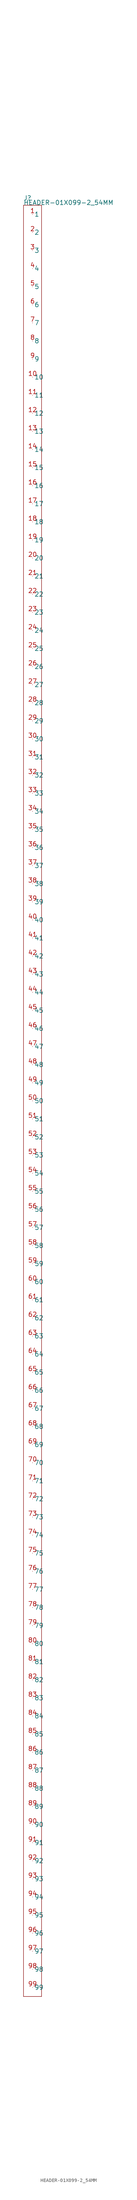
<source format=kicad_sym>
(kicad_symbol_lib
  (version 20211014)
  (generator kicad_symbol_editor)
  (symbol "HEADER-01X099-2_54MM"
    (pin_names)
    (property "Reference" "J"
      (at -2.54 252.73 0)
      (effects (font (size 1.27 1.27)) (justify left bottom)))
    (property "Value" "HEADER-01X099-2_54MM"
      (at -2.54 251.46 0)
      (effects (font (size 1.27 1.27)) (justify left bottom)))
    (property "Datasheet" ""
      (at 0 0 0))
    (property "ki_description" "Header 1x99  - Header Vertical 99POS 2.54MM Technical Specifications: Pitch: 0.1\" (2.54mm) "
      (at 0 0 0))
    (property "ki_fp_filters" "FlashPCB_Connectors:HEADER-THT-01X099-2_54MM FlashPCB_Connectors:HEADER-THT-LONG-01X099-2_54MM FlashPCB_Connectors:HEADER-THT-NOSILK-01X099-2_54MM FlashPCB_Connectors:HEADER-THT-LONG-NOSILK-01X099-2_54MM"
      (at 0 0 0))
    (symbol "HEADER-01X099-2_54MM_1_1"
      (polyline (pts (xy -2.54 251.46) (xy 2.54 251.46)) (stroke (width 0.127)) (fill (type none)))
      (polyline (pts (xy 2.54 251.46) (xy 2.54 -251.46)) (stroke (width 0.127)) (fill (type none)))
      (polyline (pts (xy 2.54 -251.46) (xy -2.54 -251.46)) (stroke (width 0.127)) (fill (type none)))
      (polyline (pts (xy -2.54 -251.46) (xy -2.54 251.46)) (stroke (width 0.127)) (fill (type none)))
      (pin bidirectional line (at 0 248.92 0) (length 0) (name "1" (effects (font (size 1.27 1.27)))) (number "1" (effects (font (size 1.27 1.27)))))
      (pin bidirectional line (at 0 243.84 0) (length 0) (name "2" (effects (font (size 1.27 1.27)))) (number "2" (effects (font (size 1.27 1.27)))))
      (pin bidirectional line (at 0 238.76 0) (length 0) (name "3" (effects (font (size 1.27 1.27)))) (number "3" (effects (font (size 1.27 1.27)))))
      (pin bidirectional line (at 0 233.68 0) (length 0) (name "4" (effects (font (size 1.27 1.27)))) (number "4" (effects (font (size 1.27 1.27)))))
      (pin bidirectional line (at 0 228.6 0) (length 0) (name "5" (effects (font (size 1.27 1.27)))) (number "5" (effects (font (size 1.27 1.27)))))
      (pin bidirectional line (at 0 223.52 0) (length 0) (name "6" (effects (font (size 1.27 1.27)))) (number "6" (effects (font (size 1.27 1.27)))))
      (pin bidirectional line (at 0 218.44 0) (length 0) (name "7" (effects (font (size 1.27 1.27)))) (number "7" (effects (font (size 1.27 1.27)))))
      (pin bidirectional line (at 0 213.36 0) (length 0) (name "8" (effects (font (size 1.27 1.27)))) (number "8" (effects (font (size 1.27 1.27)))))
      (pin bidirectional line (at 0 208.28 0) (length 0) (name "9" (effects (font (size 1.27 1.27)))) (number "9" (effects (font (size 1.27 1.27)))))
      (pin bidirectional line (at 0 203.2 0) (length 0) (name "10" (effects (font (size 1.27 1.27)))) (number "10" (effects (font (size 1.27 1.27)))))
      (pin bidirectional line (at 0 198.12 0) (length 0) (name "11" (effects (font (size 1.27 1.27)))) (number "11" (effects (font (size 1.27 1.27)))))
      (pin bidirectional line (at 0 193.04 0) (length 0) (name "12" (effects (font (size 1.27 1.27)))) (number "12" (effects (font (size 1.27 1.27)))))
      (pin bidirectional line (at 0 187.96 0) (length 0) (name "13" (effects (font (size 1.27 1.27)))) (number "13" (effects (font (size 1.27 1.27)))))
      (pin bidirectional line (at 0 182.88 0) (length 0) (name "14" (effects (font (size 1.27 1.27)))) (number "14" (effects (font (size 1.27 1.27)))))
      (pin bidirectional line (at 0 177.8 0) (length 0) (name "15" (effects (font (size 1.27 1.27)))) (number "15" (effects (font (size 1.27 1.27)))))
      (pin bidirectional line (at 0 172.72 0) (length 0) (name "16" (effects (font (size 1.27 1.27)))) (number "16" (effects (font (size 1.27 1.27)))))
      (pin bidirectional line (at 0 167.64 0) (length 0) (name "17" (effects (font (size 1.27 1.27)))) (number "17" (effects (font (size 1.27 1.27)))))
      (pin bidirectional line (at 0 162.56 0) (length 0) (name "18" (effects (font (size 1.27 1.27)))) (number "18" (effects (font (size 1.27 1.27)))))
      (pin bidirectional line (at 0 157.48 0) (length 0) (name "19" (effects (font (size 1.27 1.27)))) (number "19" (effects (font (size 1.27 1.27)))))
      (pin bidirectional line (at 0 152.4 0) (length 0) (name "20" (effects (font (size 1.27 1.27)))) (number "20" (effects (font (size 1.27 1.27)))))
      (pin bidirectional line (at 0 147.32 0) (length 0) (name "21" (effects (font (size 1.27 1.27)))) (number "21" (effects (font (size 1.27 1.27)))))
      (pin bidirectional line (at 0 142.24 0) (length 0) (name "22" (effects (font (size 1.27 1.27)))) (number "22" (effects (font (size 1.27 1.27)))))
      (pin bidirectional line (at 0 137.16 0) (length 0) (name "23" (effects (font (size 1.27 1.27)))) (number "23" (effects (font (size 1.27 1.27)))))
      (pin bidirectional line (at 0 132.08 0) (length 0) (name "24" (effects (font (size 1.27 1.27)))) (number "24" (effects (font (size 1.27 1.27)))))
      (pin bidirectional line (at 0 127 0) (length 0) (name "25" (effects (font (size 1.27 1.27)))) (number "25" (effects (font (size 1.27 1.27)))))
      (pin bidirectional line (at 0 121.92 0) (length 0) (name "26" (effects (font (size 1.27 1.27)))) (number "26" (effects (font (size 1.27 1.27)))))
      (pin bidirectional line (at 0 116.84 0) (length 0) (name "27" (effects (font (size 1.27 1.27)))) (number "27" (effects (font (size 1.27 1.27)))))
      (pin bidirectional line (at 0 111.76 0) (length 0) (name "28" (effects (font (size 1.27 1.27)))) (number "28" (effects (font (size 1.27 1.27)))))
      (pin bidirectional line (at 0 106.68 0) (length 0) (name "29" (effects (font (size 1.27 1.27)))) (number "29" (effects (font (size 1.27 1.27)))))
      (pin bidirectional line (at 0 101.6 0) (length 0) (name "30" (effects (font (size 1.27 1.27)))) (number "30" (effects (font (size 1.27 1.27)))))
      (pin bidirectional line (at 0 96.52 0) (length 0) (name "31" (effects (font (size 1.27 1.27)))) (number "31" (effects (font (size 1.27 1.27)))))
      (pin bidirectional line (at 0 91.44 0) (length 0) (name "32" (effects (font (size 1.27 1.27)))) (number "32" (effects (font (size 1.27 1.27)))))
      (pin bidirectional line (at 0 86.36 0) (length 0) (name "33" (effects (font (size 1.27 1.27)))) (number "33" (effects (font (size 1.27 1.27)))))
      (pin bidirectional line (at 0 81.28 0) (length 0) (name "34" (effects (font (size 1.27 1.27)))) (number "34" (effects (font (size 1.27 1.27)))))
      (pin bidirectional line (at 0 76.2 0) (length 0) (name "35" (effects (font (size 1.27 1.27)))) (number "35" (effects (font (size 1.27 1.27)))))
      (pin bidirectional line (at 0 71.12 0) (length 0) (name "36" (effects (font (size 1.27 1.27)))) (number "36" (effects (font (size 1.27 1.27)))))
      (pin bidirectional line (at 0 66.04 0) (length 0) (name "37" (effects (font (size 1.27 1.27)))) (number "37" (effects (font (size 1.27 1.27)))))
      (pin bidirectional line (at 0 60.96 0) (length 0) (name "38" (effects (font (size 1.27 1.27)))) (number "38" (effects (font (size 1.27 1.27)))))
      (pin bidirectional line (at 0 55.88 0) (length 0) (name "39" (effects (font (size 1.27 1.27)))) (number "39" (effects (font (size 1.27 1.27)))))
      (pin bidirectional line (at 0 50.8 0) (length 0) (name "40" (effects (font (size 1.27 1.27)))) (number "40" (effects (font (size 1.27 1.27)))))
      (pin bidirectional line (at 0 45.72 0) (length 0) (name "41" (effects (font (size 1.27 1.27)))) (number "41" (effects (font (size 1.27 1.27)))))
      (pin bidirectional line (at 0 40.64 0) (length 0) (name "42" (effects (font (size 1.27 1.27)))) (number "42" (effects (font (size 1.27 1.27)))))
      (pin bidirectional line (at 0 35.56 0) (length 0) (name "43" (effects (font (size 1.27 1.27)))) (number "43" (effects (font (size 1.27 1.27)))))
      (pin bidirectional line (at 0 30.48 0) (length 0) (name "44" (effects (font (size 1.27 1.27)))) (number "44" (effects (font (size 1.27 1.27)))))
      (pin bidirectional line (at 0 25.4 0) (length 0) (name "45" (effects (font (size 1.27 1.27)))) (number "45" (effects (font (size 1.27 1.27)))))
      (pin bidirectional line (at 0 20.32 0) (length 0) (name "46" (effects (font (size 1.27 1.27)))) (number "46" (effects (font (size 1.27 1.27)))))
      (pin bidirectional line (at 0 15.24 0) (length 0) (name "47" (effects (font (size 1.27 1.27)))) (number "47" (effects (font (size 1.27 1.27)))))
      (pin bidirectional line (at 0 10.16 0) (length 0) (name "48" (effects (font (size 1.27 1.27)))) (number "48" (effects (font (size 1.27 1.27)))))
      (pin bidirectional line (at 0 5.08 0) (length 0) (name "49" (effects (font (size 1.27 1.27)))) (number "49" (effects (font (size 1.27 1.27)))))
      (pin bidirectional line (at 0 0 0) (length 0) (name "50" (effects (font (size 1.27 1.27)))) (number "50" (effects (font (size 1.27 1.27)))))
      (pin bidirectional line (at 0 -5.08 0) (length 0) (name "51" (effects (font (size 1.27 1.27)))) (number "51" (effects (font (size 1.27 1.27)))))
      (pin bidirectional line (at 0 -10.16 0) (length 0) (name "52" (effects (font (size 1.27 1.27)))) (number "52" (effects (font (size 1.27 1.27)))))
      (pin bidirectional line (at 0 -15.24 0) (length 0) (name "53" (effects (font (size 1.27 1.27)))) (number "53" (effects (font (size 1.27 1.27)))))
      (pin bidirectional line (at 0 -20.32 0) (length 0) (name "54" (effects (font (size 1.27 1.27)))) (number "54" (effects (font (size 1.27 1.27)))))
      (pin bidirectional line (at 0 -25.4 0) (length 0) (name "55" (effects (font (size 1.27 1.27)))) (number "55" (effects (font (size 1.27 1.27)))))
      (pin bidirectional line (at 0 -30.48 0) (length 0) (name "56" (effects (font (size 1.27 1.27)))) (number "56" (effects (font (size 1.27 1.27)))))
      (pin bidirectional line (at 0 -35.56 0) (length 0) (name "57" (effects (font (size 1.27 1.27)))) (number "57" (effects (font (size 1.27 1.27)))))
      (pin bidirectional line (at 0 -40.64 0) (length 0) (name "58" (effects (font (size 1.27 1.27)))) (number "58" (effects (font (size 1.27 1.27)))))
      (pin bidirectional line (at 0 -45.72 0) (length 0) (name "59" (effects (font (size 1.27 1.27)))) (number "59" (effects (font (size 1.27 1.27)))))
      (pin bidirectional line (at 0 -50.8 0) (length 0) (name "60" (effects (font (size 1.27 1.27)))) (number "60" (effects (font (size 1.27 1.27)))))
      (pin bidirectional line (at 0 -55.88 0) (length 0) (name "61" (effects (font (size 1.27 1.27)))) (number "61" (effects (font (size 1.27 1.27)))))
      (pin bidirectional line (at 0 -60.96 0) (length 0) (name "62" (effects (font (size 1.27 1.27)))) (number "62" (effects (font (size 1.27 1.27)))))
      (pin bidirectional line (at 0 -66.04 0) (length 0) (name "63" (effects (font (size 1.27 1.27)))) (number "63" (effects (font (size 1.27 1.27)))))
      (pin bidirectional line (at 0 -71.12 0) (length 0) (name "64" (effects (font (size 1.27 1.27)))) (number "64" (effects (font (size 1.27 1.27)))))
      (pin bidirectional line (at 0 -76.2 0) (length 0) (name "65" (effects (font (size 1.27 1.27)))) (number "65" (effects (font (size 1.27 1.27)))))
      (pin bidirectional line (at 0 -81.28 0) (length 0) (name "66" (effects (font (size 1.27 1.27)))) (number "66" (effects (font (size 1.27 1.27)))))
      (pin bidirectional line (at 0 -86.36 0) (length 0) (name "67" (effects (font (size 1.27 1.27)))) (number "67" (effects (font (size 1.27 1.27)))))
      (pin bidirectional line (at 0 -91.44 0) (length 0) (name "68" (effects (font (size 1.27 1.27)))) (number "68" (effects (font (size 1.27 1.27)))))
      (pin bidirectional line (at 0 -96.52 0) (length 0) (name "69" (effects (font (size 1.27 1.27)))) (number "69" (effects (font (size 1.27 1.27)))))
      (pin bidirectional line (at 0 -101.6 0) (length 0) (name "70" (effects (font (size 1.27 1.27)))) (number "70" (effects (font (size 1.27 1.27)))))
      (pin bidirectional line (at 0 -106.68 0) (length 0) (name "71" (effects (font (size 1.27 1.27)))) (number "71" (effects (font (size 1.27 1.27)))))
      (pin bidirectional line (at 0 -111.76 0) (length 0) (name "72" (effects (font (size 1.27 1.27)))) (number "72" (effects (font (size 1.27 1.27)))))
      (pin bidirectional line (at 0 -116.84 0) (length 0) (name "73" (effects (font (size 1.27 1.27)))) (number "73" (effects (font (size 1.27 1.27)))))
      (pin bidirectional line (at 0 -121.92 0) (length 0) (name "74" (effects (font (size 1.27 1.27)))) (number "74" (effects (font (size 1.27 1.27)))))
      (pin bidirectional line (at 0 -127 0) (length 0) (name "75" (effects (font (size 1.27 1.27)))) (number "75" (effects (font (size 1.27 1.27)))))
      (pin bidirectional line (at 0 -132.08 0) (length 0) (name "76" (effects (font (size 1.27 1.27)))) (number "76" (effects (font (size 1.27 1.27)))))
      (pin bidirectional line (at 0 -137.16 0) (length 0) (name "77" (effects (font (size 1.27 1.27)))) (number "77" (effects (font (size 1.27 1.27)))))
      (pin bidirectional line (at 0 -142.24 0) (length 0) (name "78" (effects (font (size 1.27 1.27)))) (number "78" (effects (font (size 1.27 1.27)))))
      (pin bidirectional line (at 0 -147.32 0) (length 0) (name "79" (effects (font (size 1.27 1.27)))) (number "79" (effects (font (size 1.27 1.27)))))
      (pin bidirectional line (at 0 -152.4 0) (length 0) (name "80" (effects (font (size 1.27 1.27)))) (number "80" (effects (font (size 1.27 1.27)))))
      (pin bidirectional line (at 0 -157.48 0) (length 0) (name "81" (effects (font (size 1.27 1.27)))) (number "81" (effects (font (size 1.27 1.27)))))
      (pin bidirectional line (at 0 -162.56 0) (length 0) (name "82" (effects (font (size 1.27 1.27)))) (number "82" (effects (font (size 1.27 1.27)))))
      (pin bidirectional line (at 0 -167.64 0) (length 0) (name "83" (effects (font (size 1.27 1.27)))) (number "83" (effects (font (size 1.27 1.27)))))
      (pin bidirectional line (at 0 -172.72 0) (length 0) (name "84" (effects (font (size 1.27 1.27)))) (number "84" (effects (font (size 1.27 1.27)))))
      (pin bidirectional line (at 0 -177.8 0) (length 0) (name "85" (effects (font (size 1.27 1.27)))) (number "85" (effects (font (size 1.27 1.27)))))
      (pin bidirectional line (at 0 -182.88 0) (length 0) (name "86" (effects (font (size 1.27 1.27)))) (number "86" (effects (font (size 1.27 1.27)))))
      (pin bidirectional line (at 0 -187.96 0) (length 0) (name "87" (effects (font (size 1.27 1.27)))) (number "87" (effects (font (size 1.27 1.27)))))
      (pin bidirectional line (at 0 -193.04 0) (length 0) (name "88" (effects (font (size 1.27 1.27)))) (number "88" (effects (font (size 1.27 1.27)))))
      (pin bidirectional line (at 0 -198.12 0) (length 0) (name "89" (effects (font (size 1.27 1.27)))) (number "89" (effects (font (size 1.27 1.27)))))
      (pin bidirectional line (at 0 -203.2 0) (length 0) (name "90" (effects (font (size 1.27 1.27)))) (number "90" (effects (font (size 1.27 1.27)))))
      (pin bidirectional line (at 0 -208.28 0) (length 0) (name "91" (effects (font (size 1.27 1.27)))) (number "91" (effects (font (size 1.27 1.27)))))
      (pin bidirectional line (at 0 -213.36 0) (length 0) (name "92" (effects (font (size 1.27 1.27)))) (number "92" (effects (font (size 1.27 1.27)))))
      (pin bidirectional line (at 0 -218.44 0) (length 0) (name "93" (effects (font (size 1.27 1.27)))) (number "93" (effects (font (size 1.27 1.27)))))
      (pin bidirectional line (at 0 -223.52 0) (length 0) (name "94" (effects (font (size 1.27 1.27)))) (number "94" (effects (font (size 1.27 1.27)))))
      (pin bidirectional line (at 0 -228.6 0) (length 0) (name "95" (effects (font (size 1.27 1.27)))) (number "95" (effects (font (size 1.27 1.27)))))
      (pin bidirectional line (at 0 -233.68 0) (length 0) (name "96" (effects (font (size 1.27 1.27)))) (number "96" (effects (font (size 1.27 1.27)))))
      (pin bidirectional line (at 0 -238.76 0) (length 0) (name "97" (effects (font (size 1.27 1.27)))) (number "97" (effects (font (size 1.27 1.27)))))
      (pin bidirectional line (at 0 -243.84 0) (length 0) (name "98" (effects (font (size 1.27 1.27)))) (number "98" (effects (font (size 1.27 1.27)))))
      (pin bidirectional line (at 0 -248.92 0) (length 0) (name "99" (effects (font (size 1.27 1.27)))) (number "99" (effects (font (size 1.27 1.27))))))))
</source>
